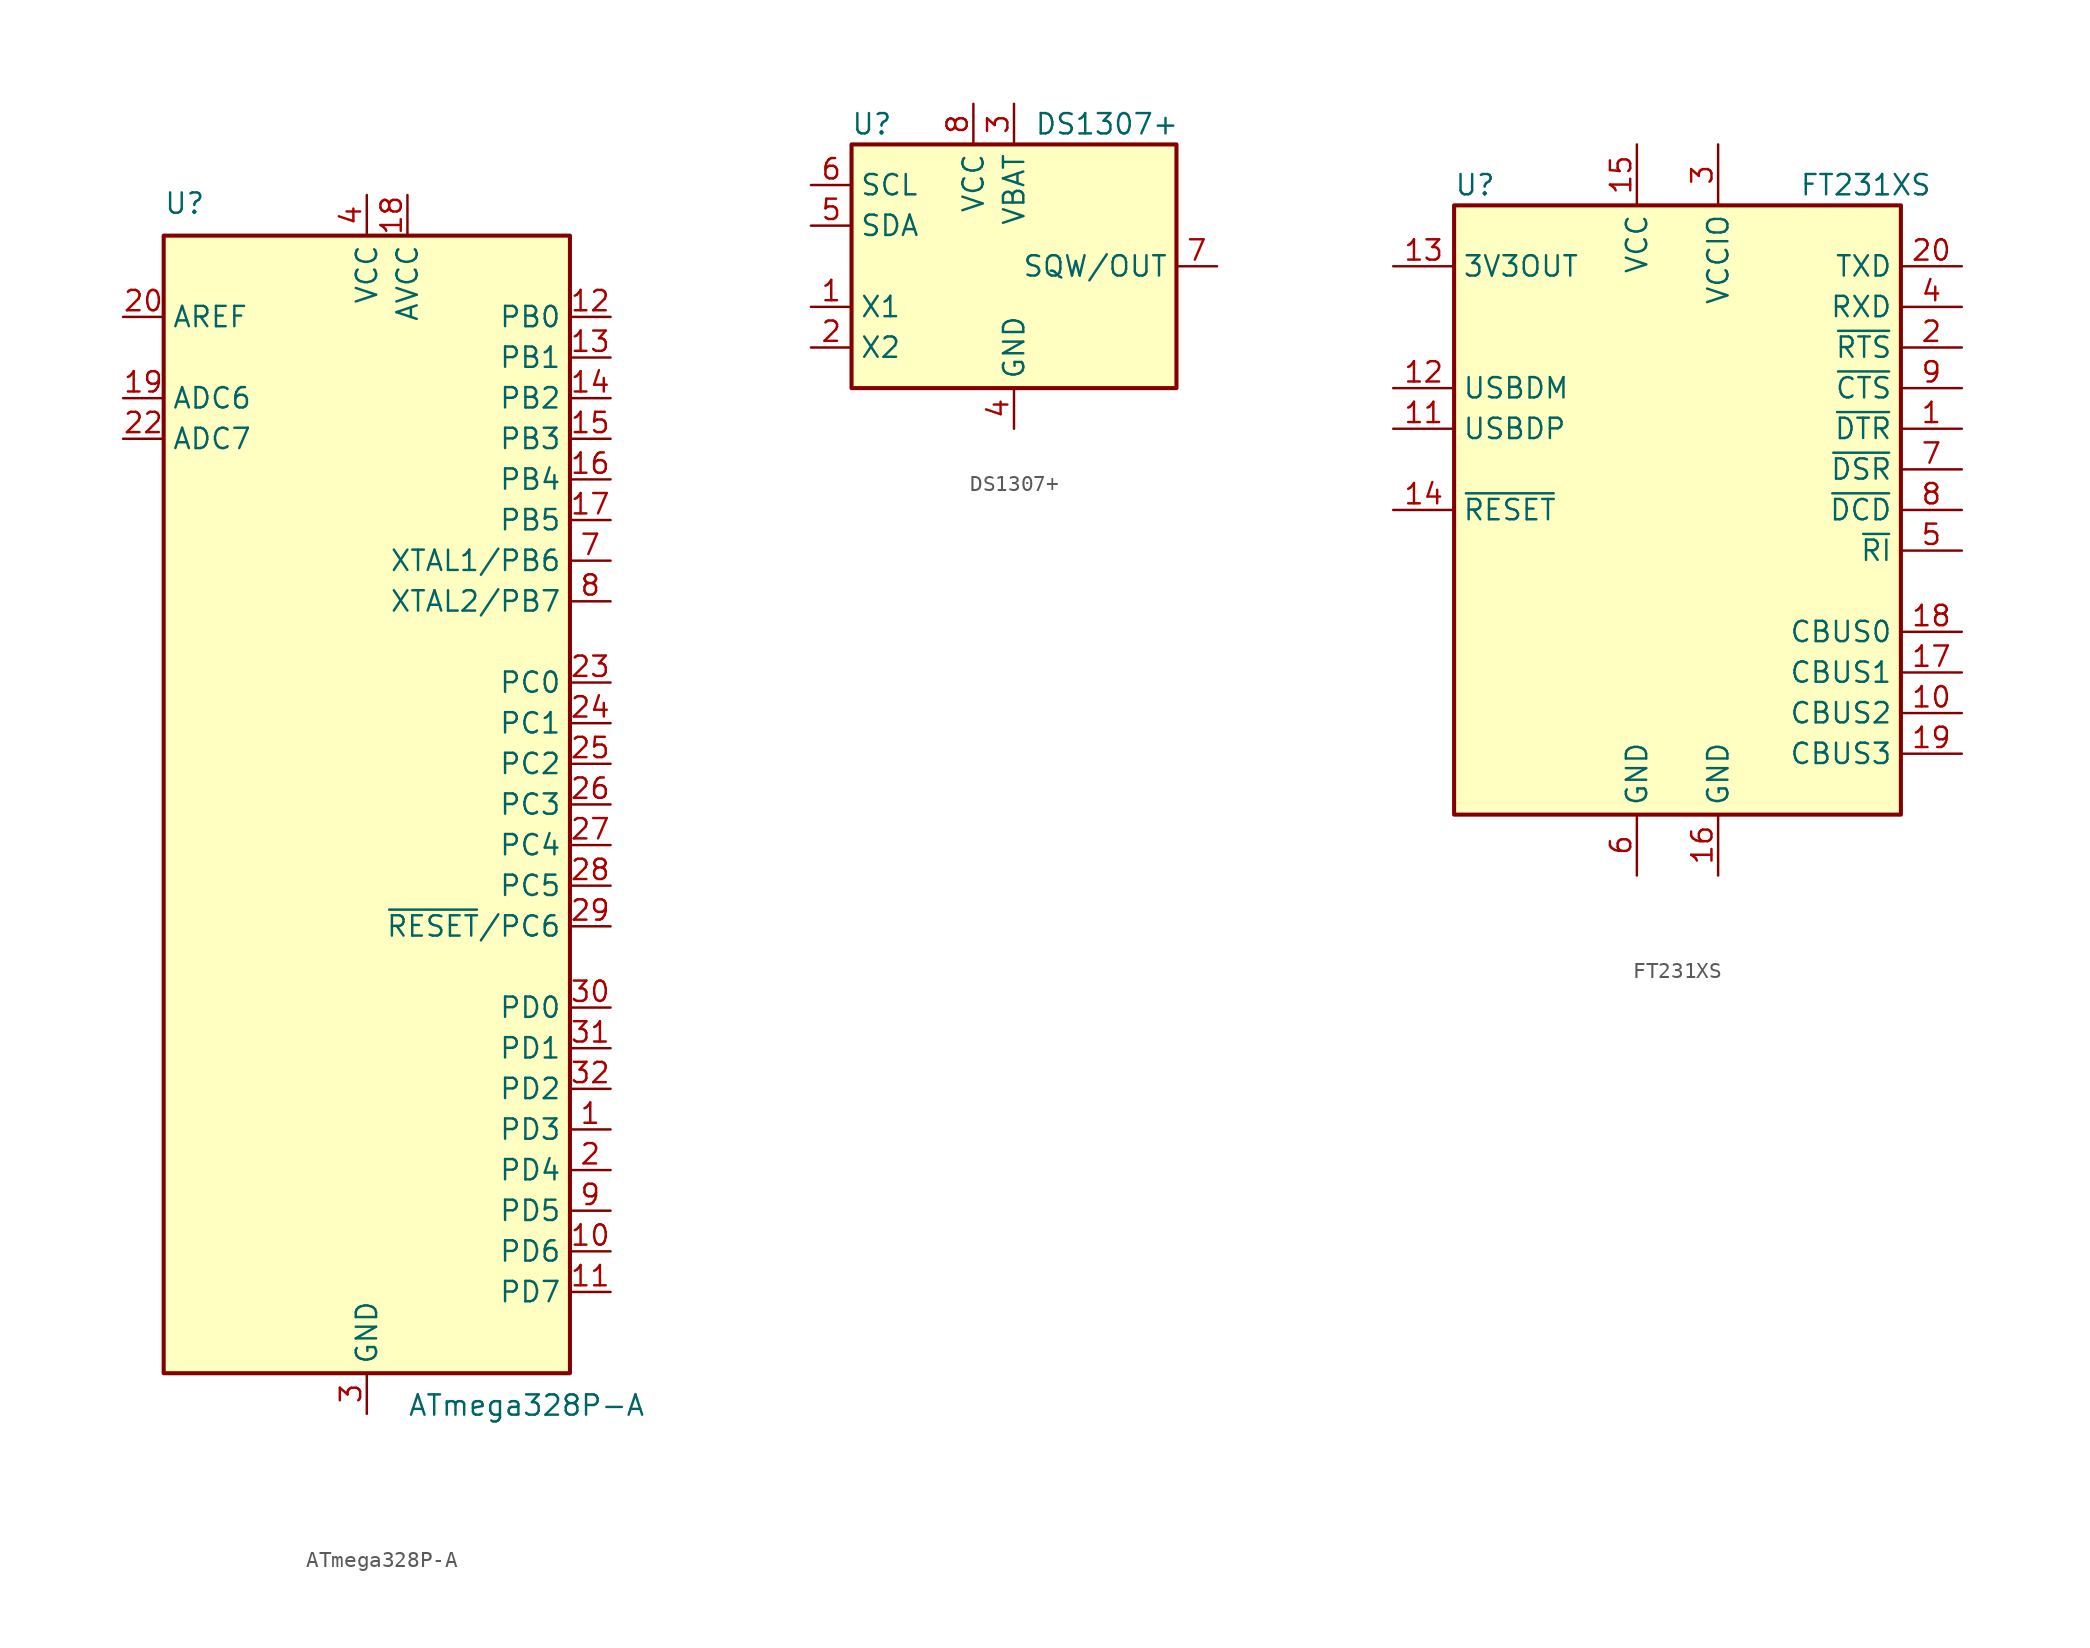
<source format=kicad_sym>
(kicad_symbol_lib
  (version 20241209)
  (generator "kicad_symbol_editor")
  (generator_version "9.0")
  (symbol "ATmega328P-A"
    (property "Reference" "U"
      (at -12.7 36.83 0)
      (effects (font (size 1.27 1.27)) (justify left bottom)))
    (property "Value" "ATmega328P-A"
      (at 2.54 -36.83 0)
      (effects (font (size 1.27 1.27)) (justify left top)))
    (symbol "ATmega328P-A_0_1"
      (rectangle (start -12.7 -35.56) (end 12.7 35.56) (stroke (width 0.254) (type default)) (fill (type background))))
    (symbol "ATmega328P-A_1_1"
      (pin passive line (at -15.24 30.48 0) (length 2.54) (name "AREF" (effects (font (size 1.27 1.27)))) (number "20" (effects (font (size 1.27 1.27)))))
      (pin input line (at -15.24 25.4 0) (length 2.54) (name "ADC6" (effects (font (size 1.27 1.27)))) (number "19" (effects (font (size 1.27 1.27)))))
      (pin input line (at -15.24 22.86 0) (length 2.54) (name "ADC7" (effects (font (size 1.27 1.27)))) (number "22" (effects (font (size 1.27 1.27)))))
      (pin power_in line (at 0 38.1 270) (length 2.54) (name "VCC" (effects (font (size 1.27 1.27)))) (number "4" (effects (font (size 1.27 1.27)))))
      (pin passive line (at 0 38.1 270) (length 2.54) (hide yes) (name "VCC" (effects (font (size 1.27 1.27)))) (number "6" (effects (font (size 1.27 1.27)))))
      (pin passive line (at 0 -38.1 90) (length 2.54) (hide yes) (name "GND" (effects (font (size 1.27 1.27)))) (number "21" (effects (font (size 1.27 1.27)))))
      (pin power_in line (at 0 -38.1 90) (length 2.54) (name "GND" (effects (font (size 1.27 1.27)))) (number "3" (effects (font (size 1.27 1.27)))))
      (pin passive line (at 0 -38.1 90) (length 2.54) (hide yes) (name "GND" (effects (font (size 1.27 1.27)))) (number "5" (effects (font (size 1.27 1.27)))))
      (pin power_in line (at 2.54 38.1 270) (length 2.54) (name "AVCC" (effects (font (size 1.27 1.27)))) (number "18" (effects (font (size 1.27 1.27)))))
      (pin bidirectional line (at 15.24 30.48 180) (length 2.54) (name "PB0" (effects (font (size 1.27 1.27)))) (number "12" (effects (font (size 1.27 1.27)))))
      (pin bidirectional line (at 15.24 27.94 180) (length 2.54) (name "PB1" (effects (font (size 1.27 1.27)))) (number "13" (effects (font (size 1.27 1.27)))))
      (pin bidirectional line (at 15.24 25.4 180) (length 2.54) (name "PB2" (effects (font (size 1.27 1.27)))) (number "14" (effects (font (size 1.27 1.27)))))
      (pin bidirectional line (at 15.24 22.86 180) (length 2.54) (name "PB3" (effects (font (size 1.27 1.27)))) (number "15" (effects (font (size 1.27 1.27)))))
      (pin bidirectional line (at 15.24 20.32 180) (length 2.54) (name "PB4" (effects (font (size 1.27 1.27)))) (number "16" (effects (font (size 1.27 1.27)))))
      (pin bidirectional line (at 15.24 17.78 180) (length 2.54) (name "PB5" (effects (font (size 1.27 1.27)))) (number "17" (effects (font (size 1.27 1.27)))))
      (pin bidirectional line (at 15.24 15.24 180) (length 2.54) (name "XTAL1/PB6" (effects (font (size 1.27 1.27)))) (number "7" (effects (font (size 1.27 1.27)))))
      (pin bidirectional line (at 15.24 12.7 180) (length 2.54) (name "XTAL2/PB7" (effects (font (size 1.27 1.27)))) (number "8" (effects (font (size 1.27 1.27)))))
      (pin bidirectional line (at 15.24 7.62 180) (length 2.54) (name "PC0" (effects (font (size 1.27 1.27)))) (number "23" (effects (font (size 1.27 1.27)))))
      (pin bidirectional line (at 15.24 5.08 180) (length 2.54) (name "PC1" (effects (font (size 1.27 1.27)))) (number "24" (effects (font (size 1.27 1.27)))))
      (pin bidirectional line (at 15.24 2.54 180) (length 2.54) (name "PC2" (effects (font (size 1.27 1.27)))) (number "25" (effects (font (size 1.27 1.27)))))
      (pin bidirectional line (at 15.24 0 180) (length 2.54) (name "PC3" (effects (font (size 1.27 1.27)))) (number "26" (effects (font (size 1.27 1.27)))))
      (pin bidirectional line (at 15.24 -2.54 180) (length 2.54) (name "PC4" (effects (font (size 1.27 1.27)))) (number "27" (effects (font (size 1.27 1.27)))))
      (pin bidirectional line (at 15.24 -5.08 180) (length 2.54) (name "PC5" (effects (font (size 1.27 1.27)))) (number "28" (effects (font (size 1.27 1.27)))))
      (pin bidirectional line (at 15.24 -7.62 180) (length 2.54) (name "~{RESET}/PC6" (effects (font (size 1.27 1.27)))) (number "29" (effects (font (size 1.27 1.27)))))
      (pin bidirectional line (at 15.24 -12.7 180) (length 2.54) (name "PD0" (effects (font (size 1.27 1.27)))) (number "30" (effects (font (size 1.27 1.27)))))
      (pin bidirectional line (at 15.24 -15.24 180) (length 2.54) (name "PD1" (effects (font (size 1.27 1.27)))) (number "31" (effects (font (size 1.27 1.27)))))
      (pin bidirectional line (at 15.24 -17.78 180) (length 2.54) (name "PD2" (effects (font (size 1.27 1.27)))) (number "32" (effects (font (size 1.27 1.27)))))
      (pin bidirectional line (at 15.24 -20.32 180) (length 2.54) (name "PD3" (effects (font (size 1.27 1.27)))) (number "1" (effects (font (size 1.27 1.27)))))
      (pin bidirectional line (at 15.24 -22.86 180) (length 2.54) (name "PD4" (effects (font (size 1.27 1.27)))) (number "2" (effects (font (size 1.27 1.27)))))
      (pin bidirectional line (at 15.24 -25.4 180) (length 2.54) (name "PD5" (effects (font (size 1.27 1.27)))) (number "9" (effects (font (size 1.27 1.27)))))
      (pin bidirectional line (at 15.24 -27.94 180) (length 2.54) (name "PD6" (effects (font (size 1.27 1.27)))) (number "10" (effects (font (size 1.27 1.27)))))
      (pin bidirectional line (at 15.24 -30.48 180) (length 2.54) (name "PD7" (effects (font (size 1.27 1.27)))) (number "11" (effects (font (size 1.27 1.27)))))))
  (symbol "DS1307+"
    (property "Reference" "U"
      (at -8.89 8.89 0)
      (effects (font (size 1.27 1.27))))
    (property "Value" "DS1307+"
      (at 1.27 8.89 0)
      (effects (font (size 1.27 1.27)) (justify left)))
    (symbol "DS1307+_0_1"
      (rectangle (start -10.16 7.62) (end 10.16 -7.62) (stroke (width 0.254) (type default)) (fill (type background))))
    (symbol "DS1307+_1_1"
      (pin input line (at -12.7 5.08 0) (length 2.54) (name "SCL" (effects (font (size 1.27 1.27)))) (number "6" (effects (font (size 1.27 1.27)))))
      (pin bidirectional line (at -12.7 2.54 0) (length 2.54) (name "SDA" (effects (font (size 1.27 1.27)))) (number "5" (effects (font (size 1.27 1.27)))))
      (pin input line (at -12.7 -2.54 0) (length 2.54) (name "X1" (effects (font (size 1.27 1.27)))) (number "1" (effects (font (size 1.27 1.27)))))
      (pin input line (at -12.7 -5.08 0) (length 2.54) (name "X2" (effects (font (size 1.27 1.27)))) (number "2" (effects (font (size 1.27 1.27)))))
      (pin power_in line (at -2.54 10.16 270) (length 2.54) (name "VCC" (effects (font (size 1.27 1.27)))) (number "8" (effects (font (size 1.27 1.27)))))
      (pin power_in line (at 0 10.16 270) (length 2.54) (name "VBAT" (effects (font (size 1.27 1.27)))) (number "3" (effects (font (size 1.27 1.27)))))
      (pin power_in line (at 0 -10.16 90) (length 2.54) (name "GND" (effects (font (size 1.27 1.27)))) (number "4" (effects (font (size 1.27 1.27)))))
      (pin open_collector line (at 12.7 0 180) (length 2.54) (name "SQW/OUT" (effects (font (size 1.27 1.27)))) (number "7" (effects (font (size 1.27 1.27)))))))
  (symbol "FT231XS"
    (property "Reference" "U"
      (at -13.97 20.32 0)
      (effects (font (size 1.27 1.27)) (justify left)))
    (property "Value" "FT231XS"
      (at 7.62 20.32 0)
      (effects (font (size 1.27 1.27)) (justify left)))
    (symbol "FT231XS_0_1"
      (rectangle (start -13.97 19.05) (end 13.97 -19.05) (stroke (width 0.254) (type default)) (fill (type background))))
    (symbol "FT231XS_1_1"
      (pin power_out line (at -17.78 15.24 0) (length 3.81) (name "3V3OUT" (effects (font (size 1.27 1.27)))) (number "13" (effects (font (size 1.27 1.27)))))
      (pin bidirectional line (at -17.78 7.62 0) (length 3.81) (name "USBDM" (effects (font (size 1.27 1.27)))) (number "12" (effects (font (size 1.27 1.27)))))
      (pin bidirectional line (at -17.78 5.08 0) (length 3.81) (name "USBDP" (effects (font (size 1.27 1.27)))) (number "11" (effects (font (size 1.27 1.27)))))
      (pin input line (at -17.78 0 0) (length 3.81) (name "~{RESET}" (effects (font (size 1.27 1.27)))) (number "14" (effects (font (size 1.27 1.27)))))
      (pin power_in line (at -2.54 22.86 270) (length 3.81) (name "VCC" (effects (font (size 1.27 1.27)))) (number "15" (effects (font (size 1.27 1.27)))))
      (pin power_in line (at -2.54 -22.86 90) (length 3.81) (name "GND" (effects (font (size 1.27 1.27)))) (number "6" (effects (font (size 1.27 1.27)))))
      (pin power_in line (at 2.54 22.86 270) (length 3.81) (name "VCCIO" (effects (font (size 1.27 1.27)))) (number "3" (effects (font (size 1.27 1.27)))))
      (pin power_in line (at 2.54 -22.86 90) (length 3.81) (name "GND" (effects (font (size 1.27 1.27)))) (number "16" (effects (font (size 1.27 1.27)))))
      (pin output line (at 17.78 15.24 180) (length 3.81) (name "TXD" (effects (font (size 1.27 1.27)))) (number "20" (effects (font (size 1.27 1.27)))))
      (pin input line (at 17.78 12.7 180) (length 3.81) (name "RXD" (effects (font (size 1.27 1.27)))) (number "4" (effects (font (size 1.27 1.27)))))
      (pin output line (at 17.78 10.16 180) (length 3.81) (name "~{RTS}" (effects (font (size 1.27 1.27)))) (number "2" (effects (font (size 1.27 1.27)))))
      (pin input line (at 17.78 7.62 180) (length 3.81) (name "~{CTS}" (effects (font (size 1.27 1.27)))) (number "9" (effects (font (size 1.27 1.27)))))
      (pin output line (at 17.78 5.08 180) (length 3.81) (name "~{DTR}" (effects (font (size 1.27 1.27)))) (number "1" (effects (font (size 1.27 1.27)))))
      (pin input line (at 17.78 2.54 180) (length 3.81) (name "~{DSR}" (effects (font (size 1.27 1.27)))) (number "7" (effects (font (size 1.27 1.27)))))
      (pin input line (at 17.78 0 180) (length 3.81) (name "~{DCD}" (effects (font (size 1.27 1.27)))) (number "8" (effects (font (size 1.27 1.27)))))
      (pin input line (at 17.78 -2.54 180) (length 3.81) (name "~{RI}" (effects (font (size 1.27 1.27)))) (number "5" (effects (font (size 1.27 1.27)))))
      (pin bidirectional line (at 17.78 -7.62 180) (length 3.81) (name "CBUS0" (effects (font (size 1.27 1.27)))) (number "18" (effects (font (size 1.27 1.27)))))
      (pin bidirectional line (at 17.78 -10.16 180) (length 3.81) (name "CBUS1" (effects (font (size 1.27 1.27)))) (number "17" (effects (font (size 1.27 1.27)))))
      (pin bidirectional line (at 17.78 -12.7 180) (length 3.81) (name "CBUS2" (effects (font (size 1.27 1.27)))) (number "10" (effects (font (size 1.27 1.27)))))
      (pin bidirectional line (at 17.78 -15.24 180) (length 3.81) (name "CBUS3" (effects (font (size 1.27 1.27)))) (number "19" (effects (font (size 1.27 1.27))))))))
</source>
